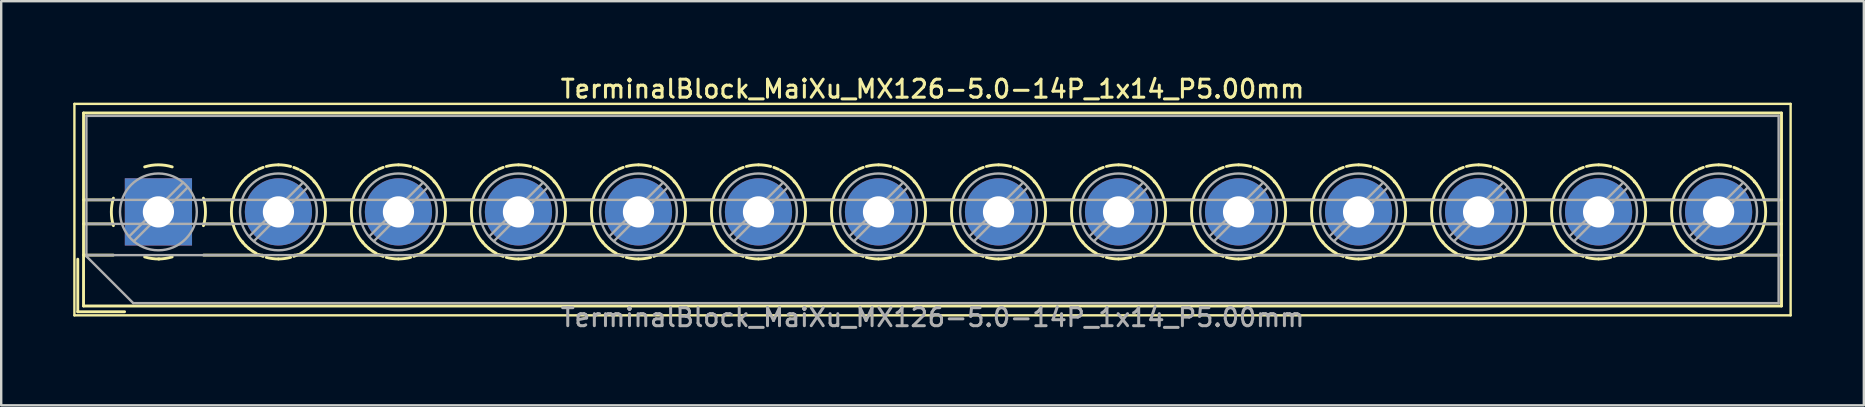
<source format=kicad_pcb>
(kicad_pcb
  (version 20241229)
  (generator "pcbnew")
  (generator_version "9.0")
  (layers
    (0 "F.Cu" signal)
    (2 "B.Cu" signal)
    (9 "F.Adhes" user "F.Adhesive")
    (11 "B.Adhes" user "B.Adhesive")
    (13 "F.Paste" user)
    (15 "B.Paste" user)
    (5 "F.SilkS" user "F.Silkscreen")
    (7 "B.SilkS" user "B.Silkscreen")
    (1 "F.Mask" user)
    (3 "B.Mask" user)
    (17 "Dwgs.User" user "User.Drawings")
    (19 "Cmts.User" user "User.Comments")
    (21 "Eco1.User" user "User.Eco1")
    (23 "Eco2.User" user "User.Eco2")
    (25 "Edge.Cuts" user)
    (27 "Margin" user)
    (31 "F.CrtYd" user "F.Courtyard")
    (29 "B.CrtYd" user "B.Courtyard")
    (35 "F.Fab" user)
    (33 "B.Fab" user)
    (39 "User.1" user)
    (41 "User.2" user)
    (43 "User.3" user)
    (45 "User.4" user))
  (footprint "TerminalBlock_MaiXu_MX126-5.0-14P_1x14_P5.00mm"
    (layer "F.Cu")
    (at 3.55 5.778)
    (property "Reference" "TerminalBlock_MaiXu_MX126-5.0-14P_1x14_P5.00mm" (at 32.25 -5.12 0) (layer "F.SilkS") (effects (font (size 0.75 0.75) (thickness 0.125))))
    (attr through_hole)
    (fp_line (start -3.5 -4.5) (end -3.5 4.31) (stroke (width 0.1) (type solid)) (layer "F.SilkS"))
    (fp_line (start -3.5 4.31) (end 68 4.31) (stroke (width 0.1) (type solid)) (layer "F.SilkS"))
    (fp_line (start -3.36 1.97) (end -3.36 4.16) (stroke (width 0.12) (type solid)) (layer "F.SilkS"))
    (fp_line (start -3.36 4.16) (end -1.41 4.16) (stroke (width 0.12) (type solid)) (layer "F.SilkS"))
    (fp_line (start -3.12 -4.12) (end -3.12 3.92) (stroke (width 0.12) (type solid)) (layer "F.SilkS"))
    (fp_line (start -3.12 -4.12) (end 67.62 -4.12) (stroke (width 0.12) (type solid)) (layer "F.SilkS"))
    (fp_line (start -3.12 -0.5) (end -1.88 -0.5) (stroke (width 0.12) (type solid)) (layer "F.SilkS"))
    (fp_line (start -3.12 0.5) (end -1.88 0.5) (stroke (width 0.12) (type solid)) (layer "F.SilkS"))
    (fp_line (start -3.12 1.8) (end -1.88 1.8) (stroke (width 0.12) (type solid)) (layer "F.SilkS"))
    (fp_line (start -3.12 3.92) (end 67.62 3.92) (stroke (width 0.12) (type solid)) (layer "F.SilkS"))
    (fp_line (start 1.88 -0.5) (end 3.165 -0.5) (stroke (width 0.12) (type solid)) (layer "F.SilkS"))
    (fp_line (start 1.88 0.5) (end 3.165 0.5) (stroke (width 0.12) (type solid)) (layer "F.SilkS"))
    (fp_line (start 1.88 1.8) (end 4.331 1.8) (stroke (width 0.12) (type solid)) (layer "F.SilkS"))
    (fp_line (start 3.514 1.248) (end 3.514 1.248) (stroke (width 0.12) (type solid)) (layer "F.SilkS"))
    (fp_line (start 5.67 1.8) (end 9.331 1.8) (stroke (width 0.12) (type solid)) (layer "F.SilkS"))
    (fp_line (start 6.487 -1.248) (end 6.487 -1.248) (stroke (width 0.12) (type solid)) (layer "F.SilkS"))
    (fp_line (start 6.836 -0.5) (end 8.165 -0.5) (stroke (width 0.12) (type solid)) (layer "F.SilkS"))
    (fp_line (start 6.836 0.5) (end 8.165 0.5) (stroke (width 0.12) (type solid)) (layer "F.SilkS"))
    (fp_line (start 8.514 1.248) (end 8.514 1.248) (stroke (width 0.12) (type solid)) (layer "F.SilkS"))
    (fp_line (start 10.67 1.8) (end 14.331 1.8) (stroke (width 0.12) (type solid)) (layer "F.SilkS"))
    (fp_line (start 11.487 -1.248) (end 11.487 -1.248) (stroke (width 0.12) (type solid)) (layer "F.SilkS"))
    (fp_line (start 11.836 -0.5) (end 13.165 -0.5) (stroke (width 0.12) (type solid)) (layer "F.SilkS"))
    (fp_line (start 11.836 0.5) (end 13.165 0.5) (stroke (width 0.12) (type solid)) (layer "F.SilkS"))
    (fp_line (start 13.514 1.248) (end 13.514 1.248) (stroke (width 0.12) (type solid)) (layer "F.SilkS"))
    (fp_line (start 15.67 1.8) (end 19.331 1.8) (stroke (width 0.12) (type solid)) (layer "F.SilkS"))
    (fp_line (start 16.487 -1.248) (end 16.487 -1.248) (stroke (width 0.12) (type solid)) (layer "F.SilkS"))
    (fp_line (start 16.836 -0.5) (end 18.165 -0.5) (stroke (width 0.12) (type solid)) (layer "F.SilkS"))
    (fp_line (start 16.836 0.5) (end 18.165 0.5) (stroke (width 0.12) (type solid)) (layer "F.SilkS"))
    (fp_line (start 18.514 1.248) (end 18.514 1.248) (stroke (width 0.12) (type solid)) (layer "F.SilkS"))
    (fp_line (start 20.67 1.8) (end 24.331 1.8) (stroke (width 0.12) (type solid)) (layer "F.SilkS"))
    (fp_line (start 21.487 -1.248) (end 21.487 -1.248) (stroke (width 0.12) (type solid)) (layer "F.SilkS"))
    (fp_line (start 21.836 -0.5) (end 23.165 -0.5) (stroke (width 0.12) (type solid)) (layer "F.SilkS"))
    (fp_line (start 21.836 0.5) (end 23.165 0.5) (stroke (width 0.12) (type solid)) (layer "F.SilkS"))
    (fp_line (start 23.514 1.248) (end 23.514 1.248) (stroke (width 0.12) (type solid)) (layer "F.SilkS"))
    (fp_line (start 25.67 1.8) (end 29.331 1.8) (stroke (width 0.12) (type solid)) (layer "F.SilkS"))
    (fp_line (start 26.487 -1.248) (end 26.487 -1.248) (stroke (width 0.12) (type solid)) (layer "F.SilkS"))
    (fp_line (start 26.836 -0.5) (end 28.165 -0.5) (stroke (width 0.12) (type solid)) (layer "F.SilkS"))
    (fp_line (start 26.836 0.5) (end 28.165 0.5) (stroke (width 0.12) (type solid)) (layer "F.SilkS"))
    (fp_line (start 28.514 1.248) (end 28.514 1.248) (stroke (width 0.12) (type solid)) (layer "F.SilkS"))
    (fp_line (start 30.67 1.8) (end 34.331 1.8) (stroke (width 0.12) (type solid)) (layer "F.SilkS"))
    (fp_line (start 31.487 -1.248) (end 31.487 -1.248) (stroke (width 0.12) (type solid)) (layer "F.SilkS"))
    (fp_line (start 31.836 -0.5) (end 33.165 -0.5) (stroke (width 0.12) (type solid)) (layer "F.SilkS"))
    (fp_line (start 31.836 0.5) (end 33.165 0.5) (stroke (width 0.12) (type solid)) (layer "F.SilkS"))
    (fp_line (start 33.514 1.248) (end 33.514 1.248) (stroke (width 0.12) (type solid)) (layer "F.SilkS"))
    (fp_line (start 35.67 1.8) (end 39.331 1.8) (stroke (width 0.12) (type solid)) (layer "F.SilkS"))
    (fp_line (start 36.487 -1.248) (end 36.487 -1.248) (stroke (width 0.12) (type solid)) (layer "F.SilkS"))
    (fp_line (start 36.836 -0.5) (end 38.165 -0.5) (stroke (width 0.12) (type solid)) (layer "F.SilkS"))
    (fp_line (start 36.836 0.5) (end 38.165 0.5) (stroke (width 0.12) (type solid)) (layer "F.SilkS"))
    (fp_line (start 38.514 1.248) (end 38.514 1.248) (stroke (width 0.12) (type solid)) (layer "F.SilkS"))
    (fp_line (start 40.67 1.8) (end 44.331 1.8) (stroke (width 0.12) (type solid)) (layer "F.SilkS"))
    (fp_line (start 41.487 -1.248) (end 41.487 -1.248) (stroke (width 0.12) (type solid)) (layer "F.SilkS"))
    (fp_line (start 41.836 -0.5) (end 43.165 -0.5) (stroke (width 0.12) (type solid)) (layer "F.SilkS"))
    (fp_line (start 41.836 0.5) (end 43.165 0.5) (stroke (width 0.12) (type solid)) (layer "F.SilkS"))
    (fp_line (start 43.514 1.248) (end 43.514 1.248) (stroke (width 0.12) (type solid)) (layer "F.SilkS"))
    (fp_line (start 45.67 1.8) (end 49.331 1.8) (stroke (width 0.12) (type solid)) (layer "F.SilkS"))
    (fp_line (start 46.487 -1.248) (end 46.487 -1.248) (stroke (width 0.12) (type solid)) (layer "F.SilkS"))
    (fp_line (start 46.836 -0.5) (end 48.165 -0.5) (stroke (width 0.12) (type solid)) (layer "F.SilkS"))
    (fp_line (start 46.836 0.5) (end 48.165 0.5) (stroke (width 0.12) (type solid)) (layer "F.SilkS"))
    (fp_line (start 48.514 1.248) (end 48.514 1.248) (stroke (width 0.12) (type solid)) (layer "F.SilkS"))
    (fp_line (start 50.67 1.8) (end 54.331 1.8) (stroke (width 0.12) (type solid)) (layer "F.SilkS"))
    (fp_line (start 51.487 -1.248) (end 51.487 -1.248) (stroke (width 0.12) (type solid)) (layer "F.SilkS"))
    (fp_line (start 51.836 -0.5) (end 53.165 -0.5) (stroke (width 0.12) (type solid)) (layer "F.SilkS"))
    (fp_line (start 51.836 0.5) (end 53.165 0.5) (stroke (width 0.12) (type solid)) (layer "F.SilkS"))
    (fp_line (start 53.514 1.248) (end 53.514 1.248) (stroke (width 0.12) (type solid)) (layer "F.SilkS"))
    (fp_line (start 55.67 1.8) (end 59.331 1.8) (stroke (width 0.12) (type solid)) (layer "F.SilkS"))
    (fp_line (start 56.487 -1.248) (end 56.487 -1.248) (stroke (width 0.12) (type solid)) (layer "F.SilkS"))
    (fp_line (start 56.836 -0.5) (end 58.165 -0.5) (stroke (width 0.12) (type solid)) (layer "F.SilkS"))
    (fp_line (start 56.836 0.5) (end 58.165 0.5) (stroke (width 0.12) (type solid)) (layer "F.SilkS"))
    (fp_line (start 58.514 1.248) (end 58.514 1.248) (stroke (width 0.12) (type solid)) (layer "F.SilkS"))
    (fp_line (start 60.67 1.8) (end 64.331 1.8) (stroke (width 0.12) (type solid)) (layer "F.SilkS"))
    (fp_line (start 61.487 -1.248) (end 61.487 -1.248) (stroke (width 0.12) (type solid)) (layer "F.SilkS"))
    (fp_line (start 61.836 -0.5) (end 63.165 -0.5) (stroke (width 0.12) (type solid)) (layer "F.SilkS"))
    (fp_line (start 61.836 0.5) (end 63.165 0.5) (stroke (width 0.12) (type solid)) (layer "F.SilkS"))
    (fp_line (start 63.514 1.248) (end 63.514 1.248) (stroke (width 0.12) (type solid)) (layer "F.SilkS"))
    (fp_line (start 65.67 1.8) (end 67.62 1.8) (stroke (width 0.12) (type solid)) (layer "F.SilkS"))
    (fp_line (start 66.487 -1.248) (end 66.487 -1.248) (stroke (width 0.12) (type solid)) (layer "F.SilkS"))
    (fp_line (start 66.836 -0.5) (end 67.62 -0.5) (stroke (width 0.12) (type solid)) (layer "F.SilkS"))
    (fp_line (start 66.836 0.5) (end 67.62 0.5) (stroke (width 0.12) (type solid)) (layer "F.SilkS"))
    (fp_line (start 67.62 -4.12) (end 67.62 3.92) (stroke (width 0.12) (type solid)) (layer "F.SilkS"))
    (fp_line (start 68 -4.5) (end -3.5 -4.5) (stroke (width 0.1) (type solid)) (layer "F.SilkS"))
    (fp_line (start 68 4.31) (end 68 -4.5) (stroke (width 0.1) (type solid)) (layer "F.SilkS"))
    (fp_arc (start -1.875422 0.572619) (mid -1.960893 -0.000722) (end -1.875 -0.574) (stroke (width 0.12) (type solid)) (layer "F.SilkS"))
    (fp_arc (start -0.572619 -1.875422) (mid 0.000722 -1.960893) (end 0.574 -1.875) (stroke (width 0.12) (type solid)) (layer "F.SilkS"))
    (fp_arc (start 0.0335 1.960607) (mid -0.273618 1.941709) (end -0.574 1.875) (stroke (width 0.12) (type solid)) (layer "F.SilkS"))
    (fp_arc (start 0.573049 1.874357) (mid 0.289706 1.938471) (end 0 1.96) (stroke (width 0.12) (type solid)) (layer "F.SilkS"))
    (fp_arc (start 1.875422 -0.572619) (mid 1.960893 0.000722) (end 1.875 0.574) (stroke (width 0.12) (type solid)) (layer "F.SilkS"))
    (fp_arc (start 3.434339 1.179122) (mid 3.039994 -0.000549) (end 3.435 -1.18) (stroke (width 0.12) (type solid)) (layer "F.SilkS"))
    (fp_arc (start 3.434826 -1.180695) (mid 3.476985 -1.2346) (end 3.521 -1.287) (stroke (width 0.12) (type solid)) (layer "F.SilkS"))
    (fp_arc (start 3.521125 1.286294) (mid 3.477135 1.233899) (end 3.435 1.18) (stroke (width 0.12) (type solid)) (layer "F.SilkS"))
    (fp_arc (start 3.521202 -1.287012) (mid 3.578748 -1.350291) (end 3.639 -1.411) (stroke (width 0.12) (type solid)) (layer "F.SilkS"))
    (fp_arc (start 3.63871 1.41001) (mid 3.578502 1.349289) (end 3.521 1.286) (stroke (width 0.12) (type solid)) (layer "F.SilkS"))
    (fp_arc (start 3.638867 -1.410738) (mid 3.701698 -1.468767) (end 3.767 -1.524) (stroke (width 0.12) (type solid)) (layer "F.SilkS"))
    (fp_arc (start 3.767069 1.523253) (mid 3.701799 1.468024) (end 3.639 1.41) (stroke (width 0.12) (type solid)) (layer "F.SilkS"))
    (fp_arc (start 3.767452 -1.524377) (mid 3.835117 -1.576689) (end 3.905 -1.626) (stroke (width 0.12) (type solid)) (layer "F.SilkS"))
    (fp_arc (start 3.904517 1.625664) (mid 3.834649 1.576332) (end 3.767 1.524) (stroke (width 0.12) (type solid)) (layer "F.SilkS"))
    (fp_arc (start 3.93363 -1.644317) (mid 4.00637 -1.689266) (end 4.081 -1.731) (stroke (width 0.12) (type solid)) (layer "F.SilkS"))
    (fp_arc (start 4.080344 1.730739) (mid 4.005726 1.688977) (end 3.933 1.644) (stroke (width 0.12) (type solid)) (layer "F.SilkS"))
    (fp_arc (start 4.172694 -1.777259) (mid 4.266842 -1.818121) (end 4.363 -1.854) (stroke (width 0.12) (type solid)) (layer "F.SilkS"))
    (fp_arc (start 4.362283 1.853815) (mid 4.266136 1.817899) (end 4.172 1.777) (stroke (width 0.12) (type solid)) (layer "F.SilkS"))
    (fp_arc (start 4.493681 -1.893473) (mid 4.74516 -1.943362) (end 5.001 -1.96) (stroke (width 0.12) (type solid)) (layer "F.SilkS"))
    (fp_arc (start 5.000479 1.960685) (mid 4.744554 1.943973) (end 4.493 1.894) (stroke (width 0.12) (type solid)) (layer "F.SilkS"))
    (fp_arc (start 5.000487 -1.960944) (mid 5.256437 -1.944104) (end 5.508 -1.894) (stroke (width 0.12) (type solid)) (layer "F.SilkS"))
    (fp_arc (start 5.507285 1.893215) (mid 5.255831 1.943232) (end 5 1.96) (stroke (width 0.12) (type solid)) (layer "F.SilkS"))
    (fp_arc (start 5.638712 -1.85392) (mid 5.734863 -1.817951) (end 5.829 -1.777) (stroke (width 0.12) (type solid)) (layer "F.SilkS"))
    (fp_arc (start 5.829295 1.77705) (mid 5.735155 1.818016) (end 5.639 1.854) (stroke (width 0.12) (type solid)) (layer "F.SilkS"))
    (fp_arc (start 5.920652 -1.730826) (mid 5.995273 -1.689021) (end 6.068 -1.644) (stroke (width 0.12) (type solid)) (layer "F.SilkS"))
    (fp_arc (start 6.068362 1.644143) (mid 5.995629 1.689179) (end 5.921 1.731) (stroke (width 0.12) (type solid)) (layer "F.SilkS"))
    (fp_arc (start 6.096479 -1.625751) (mid 6.16635 -1.576376) (end 6.234 -1.524) (stroke (width 0.12) (type solid)) (layer "F.SilkS"))
    (fp_arc (start 6.233457 1.523294) (mid 6.165838 1.575647) (end 6.096 1.625) (stroke (width 0.12) (type solid)) (layer "F.SilkS"))
    (fp_arc (start 6.233928 -1.523341) (mid 6.2992 -1.468068) (end 6.362 -1.41) (stroke (width 0.12) (type solid)) (layer "F.SilkS"))
    (fp_arc (start 6.36213 1.410651) (mid 6.299301 1.468723) (end 6.234 1.524) (stroke (width 0.12) (type solid)) (layer "F.SilkS"))
    (fp_arc (start 6.362286 -1.410097) (mid 6.422497 -1.349333) (end 6.48 -1.286) (stroke (width 0.12) (type solid)) (layer "F.SilkS"))
    (fp_arc (start 6.479707 1.285928) (mid 6.422207 1.349248) (end 6.362 1.41) (stroke (width 0.12) (type solid)) (layer "F.SilkS"))
    (fp_arc (start 6.479873 -1.286364) (mid 6.523865 -1.233934) (end 6.566 -1.18) (stroke (width 0.12) (type solid)) (layer "F.SilkS"))
    (fp_arc (start 6.565937 -1.180084) (mid 6.960805 -0.000052) (end 6.566 1.18) (stroke (width 0.12) (type solid)) (layer "F.SilkS"))
    (fp_arc (start 6.566102 1.179628) (mid 6.523979 1.233565) (end 6.48 1.286) (stroke (width 0.12) (type solid)) (layer "F.SilkS"))
    (fp_arc (start 8.434339 1.179122) (mid 8.039994 -0.000549) (end 8.435 -1.18) (stroke (width 0.12) (type solid)) (layer "F.SilkS"))
    (fp_arc (start 8.434826 -1.180695) (mid 8.476985 -1.2346) (end 8.521 -1.287) (stroke (width 0.12) (type solid)) (layer "F.SilkS"))
    (fp_arc (start 8.521125 1.286294) (mid 8.477135 1.233899) (end 8.435 1.18) (stroke (width 0.12) (type solid)) (layer "F.SilkS"))
    (fp_arc (start 8.521202 -1.287012) (mid 8.578748 -1.350291) (end 8.639 -1.411) (stroke (width 0.12) (type solid)) (layer "F.SilkS"))
    (fp_arc (start 8.63871 1.41001) (mid 8.578502 1.349289) (end 8.521 1.286) (stroke (width 0.12) (type solid)) (layer "F.SilkS"))
    (fp_arc (start 8.638867 -1.410738) (mid 8.701698 -1.468767) (end 8.767 -1.524) (stroke (width 0.12) (type solid)) (layer "F.SilkS"))
    (fp_arc (start 8.767069 1.523253) (mid 8.701799 1.468024) (end 8.639 1.41) (stroke (width 0.12) (type solid)) (layer "F.SilkS"))
    (fp_arc (start 8.767452 -1.524377) (mid 8.835117 -1.576689) (end 8.905 -1.626) (stroke (width 0.12) (type solid)) (layer "F.SilkS"))
    (fp_arc (start 8.904517 1.625664) (mid 8.834649 1.576332) (end 8.767 1.524) (stroke (width 0.12) (type solid)) (layer "F.SilkS"))
    (fp_arc (start 8.93363 -1.644317) (mid 9.00637 -1.689266) (end 9.081 -1.731) (stroke (width 0.12) (type solid)) (layer "F.SilkS"))
    (fp_arc (start 9.080344 1.730739) (mid 9.005726 1.688977) (end 8.933 1.644) (stroke (width 0.12) (type solid)) (layer "F.SilkS"))
    (fp_arc (start 9.172694 -1.777259) (mid 9.266842 -1.818121) (end 9.363 -1.854) (stroke (width 0.12) (type solid)) (layer "F.SilkS"))
    (fp_arc (start 9.362283 1.853815) (mid 9.266136 1.817899) (end 9.172 1.777) (stroke (width 0.12) (type solid)) (layer "F.SilkS"))
    (fp_arc (start 9.493681 -1.893473) (mid 9.74516 -1.943362) (end 10.001 -1.96) (stroke (width 0.12) (type solid)) (layer "F.SilkS"))
    (fp_arc (start 10.000479 1.960685) (mid 9.744554 1.943973) (end 9.493 1.894) (stroke (width 0.12) (type solid)) (layer "F.SilkS"))
    (fp_arc (start 10.000487 -1.960944) (mid 10.256437 -1.944104) (end 10.508 -1.894) (stroke (width 0.12) (type solid)) (layer "F.SilkS"))
    (fp_arc (start 10.507285 1.893215) (mid 10.255831 1.943232) (end 10 1.96) (stroke (width 0.12) (type solid)) (layer "F.SilkS"))
    (fp_arc (start 10.638712 -1.85392) (mid 10.734863 -1.817951) (end 10.829 -1.777) (stroke (width 0.12) (type solid)) (layer "F.SilkS"))
    (fp_arc (start 10.829295 1.77705) (mid 10.735155 1.818016) (end 10.639 1.854) (stroke (width 0.12) (type solid)) (layer "F.SilkS"))
    (fp_arc (start 10.920652 -1.730826) (mid 10.995273 -1.689021) (end 11.068 -1.644) (stroke (width 0.12) (type solid)) (layer "F.SilkS"))
    (fp_arc (start 11.068362 1.644143) (mid 10.995629 1.689179) (end 10.921 1.731) (stroke (width 0.12) (type solid)) (layer "F.SilkS"))
    (fp_arc (start 11.096479 -1.625751) (mid 11.16635 -1.576376) (end 11.234 -1.524) (stroke (width 0.12) (type solid)) (layer "F.SilkS"))
    (fp_arc (start 11.233457 1.523294) (mid 11.165838 1.575647) (end 11.096 1.625) (stroke (width 0.12) (type solid)) (layer "F.SilkS"))
    (fp_arc (start 11.233928 -1.523341) (mid 11.2992 -1.468068) (end 11.362 -1.41) (stroke (width 0.12) (type solid)) (layer "F.SilkS"))
    (fp_arc (start 11.36213 1.410651) (mid 11.299301 1.468723) (end 11.234 1.524) (stroke (width 0.12) (type solid)) (layer "F.SilkS"))
    (fp_arc (start 11.362286 -1.410097) (mid 11.422497 -1.349333) (end 11.48 -1.286) (stroke (width 0.12) (type solid)) (layer "F.SilkS"))
    (fp_arc (start 11.479707 1.285928) (mid 11.422207 1.349248) (end 11.362 1.41) (stroke (width 0.12) (type solid)) (layer "F.SilkS"))
    (fp_arc (start 11.479873 -1.286364) (mid 11.523865 -1.233934) (end 11.566 -1.18) (stroke (width 0.12) (type solid)) (layer "F.SilkS"))
    (fp_arc (start 11.565937 -1.180084) (mid 11.960805 -0.000052) (end 11.566 1.18) (stroke (width 0.12) (type solid)) (layer "F.SilkS"))
    (fp_arc (start 11.566102 1.179628) (mid 11.523979 1.233565) (end 11.48 1.286) (stroke (width 0.12) (type solid)) (layer "F.SilkS"))
    (fp_arc (start 13.434339 1.179122) (mid 13.039994 -0.000549) (end 13.435 -1.18) (stroke (width 0.12) (type solid)) (layer "F.SilkS"))
    (fp_arc (start 13.434826 -1.180695) (mid 13.476985 -1.2346) (end 13.521 -1.287) (stroke (width 0.12) (type solid)) (layer "F.SilkS"))
    (fp_arc (start 13.521125 1.286294) (mid 13.477135 1.233899) (end 13.435 1.18) (stroke (width 0.12) (type solid)) (layer "F.SilkS"))
    (fp_arc (start 13.521202 -1.287012) (mid 13.578748 -1.350291) (end 13.639 -1.411) (stroke (width 0.12) (type solid)) (layer "F.SilkS"))
    (fp_arc (start 13.63871 1.41001) (mid 13.578502 1.349289) (end 13.521 1.286) (stroke (width 0.12) (type solid)) (layer "F.SilkS"))
    (fp_arc (start 13.638867 -1.410738) (mid 13.701698 -1.468767) (end 13.767 -1.524) (stroke (width 0.12) (type solid)) (layer "F.SilkS"))
    (fp_arc (start 13.767069 1.523253) (mid 13.701799 1.468024) (end 13.639 1.41) (stroke (width 0.12) (type solid)) (layer "F.SilkS"))
    (fp_arc (start 13.767452 -1.524377) (mid 13.835117 -1.576689) (end 13.905 -1.626) (stroke (width 0.12) (type solid)) (layer "F.SilkS"))
    (fp_arc (start 13.904517 1.625664) (mid 13.834649 1.576332) (end 13.767 1.524) (stroke (width 0.12) (type solid)) (layer "F.SilkS"))
    (fp_arc (start 13.93363 -1.644317) (mid 14.00637 -1.689266) (end 14.081 -1.731) (stroke (width 0.12) (type solid)) (layer "F.SilkS"))
    (fp_arc (start 14.080344 1.730739) (mid 14.005726 1.688977) (end 13.933 1.644) (stroke (width 0.12) (type solid)) (layer "F.SilkS"))
    (fp_arc (start 14.172694 -1.777259) (mid 14.266842 -1.818121) (end 14.363 -1.854) (stroke (width 0.12) (type solid)) (layer "F.SilkS"))
    (fp_arc (start 14.362283 1.853815) (mid 14.266136 1.817899) (end 14.172 1.777) (stroke (width 0.12) (type solid)) (layer "F.SilkS"))
    (fp_arc (start 14.493681 -1.893473) (mid 14.74516 -1.943362) (end 15.001 -1.96) (stroke (width 0.12) (type solid)) (layer "F.SilkS"))
    (fp_arc (start 15.000479 1.960685) (mid 14.744554 1.943973) (end 14.493 1.894) (stroke (width 0.12) (type solid)) (layer "F.SilkS"))
    (fp_arc (start 15.000487 -1.960944) (mid 15.256437 -1.944104) (end 15.508 -1.894) (stroke (width 0.12) (type solid)) (layer "F.SilkS"))
    (fp_arc (start 15.507285 1.893215) (mid 15.255831 1.943232) (end 15 1.96) (stroke (width 0.12) (type solid)) (layer "F.SilkS"))
    (fp_arc (start 15.638712 -1.85392) (mid 15.734863 -1.817951) (end 15.829 -1.777) (stroke (width 0.12) (type solid)) (layer "F.SilkS"))
    (fp_arc (start 15.829295 1.77705) (mid 15.735155 1.818016) (end 15.639 1.854) (stroke (width 0.12) (type solid)) (layer "F.SilkS"))
    (fp_arc (start 15.920652 -1.730826) (mid 15.995273 -1.689021) (end 16.068 -1.644) (stroke (width 0.12) (type solid)) (layer "F.SilkS"))
    (fp_arc (start 16.068362 1.644143) (mid 15.995629 1.689179) (end 15.921 1.731) (stroke (width 0.12) (type solid)) (layer "F.SilkS"))
    (fp_arc (start 16.096479 -1.625751) (mid 16.16635 -1.576376) (end 16.234 -1.524) (stroke (width 0.12) (type solid)) (layer "F.SilkS"))
    (fp_arc (start 16.233457 1.523294) (mid 16.165838 1.575647) (end 16.096 1.625) (stroke (width 0.12) (type solid)) (layer "F.SilkS"))
    (fp_arc (start 16.233928 -1.523341) (mid 16.2992 -1.468068) (end 16.362 -1.41) (stroke (width 0.12) (type solid)) (layer "F.SilkS"))
    (fp_arc (start 16.36213 1.410651) (mid 16.299301 1.468723) (end 16.234 1.524) (stroke (width 0.12) (type solid)) (layer "F.SilkS"))
    (fp_arc (start 16.362286 -1.410097) (mid 16.422497 -1.349333) (end 16.48 -1.286) (stroke (width 0.12) (type solid)) (layer "F.SilkS"))
    (fp_arc (start 16.479707 1.285928) (mid 16.422207 1.349248) (end 16.362 1.41) (stroke (width 0.12) (type solid)) (layer "F.SilkS"))
    (fp_arc (start 16.479873 -1.286364) (mid 16.523865 -1.233934) (end 16.566 -1.18) (stroke (width 0.12) (type solid)) (layer "F.SilkS"))
    (fp_arc (start 16.565937 -1.180084) (mid 16.960805 -0.000052) (end 16.566 1.18) (stroke (width 0.12) (type solid)) (layer "F.SilkS"))
    (fp_arc (start 16.566102 1.179628) (mid 16.523979 1.233565) (end 16.48 1.286) (stroke (width 0.12) (type solid)) (layer "F.SilkS"))
    (fp_arc (start 18.434339 1.179122) (mid 18.039994 -0.000549) (end 18.435 -1.18) (stroke (width 0.12) (type solid)) (layer "F.SilkS"))
    (fp_arc (start 18.434826 -1.180695) (mid 18.476985 -1.2346) (end 18.521 -1.287) (stroke (width 0.12) (type solid)) (layer "F.SilkS"))
    (fp_arc (start 18.521125 1.286294) (mid 18.477135 1.233899) (end 18.435 1.18) (stroke (width 0.12) (type solid)) (layer "F.SilkS"))
    (fp_arc (start 18.521202 -1.287012) (mid 18.578748 -1.350291) (end 18.639 -1.411) (stroke (width 0.12) (type solid)) (layer "F.SilkS"))
    (fp_arc (start 18.63871 1.41001) (mid 18.578502 1.349289) (end 18.521 1.286) (stroke (width 0.12) (type solid)) (layer "F.SilkS"))
    (fp_arc (start 18.638867 -1.410738) (mid 18.701698 -1.468767) (end 18.767 -1.524) (stroke (width 0.12) (type solid)) (layer "F.SilkS"))
    (fp_arc (start 18.767069 1.523253) (mid 18.701799 1.468024) (end 18.639 1.41) (stroke (width 0.12) (type solid)) (layer "F.SilkS"))
    (fp_arc (start 18.767452 -1.524377) (mid 18.835117 -1.576689) (end 18.905 -1.626) (stroke (width 0.12) (type solid)) (layer "F.SilkS"))
    (fp_arc (start 18.904517 1.625664) (mid 18.834649 1.576332) (end 18.767 1.524) (stroke (width 0.12) (type solid)) (layer "F.SilkS"))
    (fp_arc (start 18.93363 -1.644317) (mid 19.00637 -1.689266) (end 19.081 -1.731) (stroke (width 0.12) (type solid)) (layer "F.SilkS"))
    (fp_arc (start 19.080344 1.730739) (mid 19.005726 1.688977) (end 18.933 1.644) (stroke (width 0.12) (type solid)) (layer "F.SilkS"))
    (fp_arc (start 19.172694 -1.777259) (mid 19.266842 -1.818121) (end 19.363 -1.854) (stroke (width 0.12) (type solid)) (layer "F.SilkS"))
    (fp_arc (start 19.362283 1.853815) (mid 19.266136 1.817899) (end 19.172 1.777) (stroke (width 0.12) (type solid)) (layer "F.SilkS"))
    (fp_arc (start 19.493681 -1.893473) (mid 19.74516 -1.943362) (end 20.001 -1.96) (stroke (width 0.12) (type solid)) (layer "F.SilkS"))
    (fp_arc (start 20.000479 1.960685) (mid 19.744554 1.943973) (end 19.493 1.894) (stroke (width 0.12) (type solid)) (layer "F.SilkS"))
    (fp_arc (start 20.000487 -1.960944) (mid 20.256437 -1.944104) (end 20.508 -1.894) (stroke (width 0.12) (type solid)) (layer "F.SilkS"))
    (fp_arc (start 20.507285 1.893215) (mid 20.255831 1.943232) (end 20 1.96) (stroke (width 0.12) (type solid)) (layer "F.SilkS"))
    (fp_arc (start 20.638712 -1.85392) (mid 20.734863 -1.817951) (end 20.829 -1.777) (stroke (width 0.12) (type solid)) (layer "F.SilkS"))
    (fp_arc (start 20.829295 1.77705) (mid 20.735155 1.818016) (end 20.639 1.854) (stroke (width 0.12) (type solid)) (layer "F.SilkS"))
    (fp_arc (start 20.920652 -1.730826) (mid 20.995273 -1.689021) (end 21.068 -1.644) (stroke (width 0.12) (type solid)) (layer "F.SilkS"))
    (fp_arc (start 21.068362 1.644143) (mid 20.995629 1.689179) (end 20.921 1.731) (stroke (width 0.12) (type solid)) (layer "F.SilkS"))
    (fp_arc (start 21.096479 -1.625751) (mid 21.16635 -1.576376) (end 21.234 -1.524) (stroke (width 0.12) (type solid)) (layer "F.SilkS"))
    (fp_arc (start 21.233457 1.523294) (mid 21.165838 1.575647) (end 21.096 1.625) (stroke (width 0.12) (type solid)) (layer "F.SilkS"))
    (fp_arc (start 21.233928 -1.523341) (mid 21.2992 -1.468068) (end 21.362 -1.41) (stroke (width 0.12) (type solid)) (layer "F.SilkS"))
    (fp_arc (start 21.36213 1.410651) (mid 21.299301 1.468723) (end 21.234 1.524) (stroke (width 0.12) (type solid)) (layer "F.SilkS"))
    (fp_arc (start 21.362286 -1.410097) (mid 21.422497 -1.349333) (end 21.48 -1.286) (stroke (width 0.12) (type solid)) (layer "F.SilkS"))
    (fp_arc (start 21.479707 1.285928) (mid 21.422207 1.349248) (end 21.362 1.41) (stroke (width 0.12) (type solid)) (layer "F.SilkS"))
    (fp_arc (start 21.479873 -1.286364) (mid 21.523865 -1.233934) (end 21.566 -1.18) (stroke (width 0.12) (type solid)) (layer "F.SilkS"))
    (fp_arc (start 21.565937 -1.180084) (mid 21.960805 -0.000052) (end 21.566 1.18) (stroke (width 0.12) (type solid)) (layer "F.SilkS"))
    (fp_arc (start 21.566102 1.179628) (mid 21.523979 1.233565) (end 21.48 1.286) (stroke (width 0.12) (type solid)) (layer "F.SilkS"))
    (fp_arc (start 23.434339 1.179122) (mid 23.039994 -0.000549) (end 23.435 -1.18) (stroke (width 0.12) (type solid)) (layer "F.SilkS"))
    (fp_arc (start 23.434826 -1.180695) (mid 23.476985 -1.2346) (end 23.521 -1.287) (stroke (width 0.12) (type solid)) (layer "F.SilkS"))
    (fp_arc (start 23.521125 1.286294) (mid 23.477135 1.233899) (end 23.435 1.18) (stroke (width 0.12) (type solid)) (layer "F.SilkS"))
    (fp_arc (start 23.521202 -1.287012) (mid 23.578748 -1.350291) (end 23.639 -1.411) (stroke (width 0.12) (type solid)) (layer "F.SilkS"))
    (fp_arc (start 23.63871 1.41001) (mid 23.578502 1.349289) (end 23.521 1.286) (stroke (width 0.12) (type solid)) (layer "F.SilkS"))
    (fp_arc (start 23.638867 -1.410738) (mid 23.701698 -1.468767) (end 23.767 -1.524) (stroke (width 0.12) (type solid)) (layer "F.SilkS"))
    (fp_arc (start 23.767069 1.523253) (mid 23.701799 1.468024) (end 23.639 1.41) (stroke (width 0.12) (type solid)) (layer "F.SilkS"))
    (fp_arc (start 23.767452 -1.524377) (mid 23.835117 -1.576689) (end 23.905 -1.626) (stroke (width 0.12) (type solid)) (layer "F.SilkS"))
    (fp_arc (start 23.904517 1.625664) (mid 23.834649 1.576332) (end 23.767 1.524) (stroke (width 0.12) (type solid)) (layer "F.SilkS"))
    (fp_arc (start 23.93363 -1.644317) (mid 24.00637 -1.689266) (end 24.081 -1.731) (stroke (width 0.12) (type solid)) (layer "F.SilkS"))
    (fp_arc (start 24.080344 1.730739) (mid 24.005726 1.688977) (end 23.933 1.644) (stroke (width 0.12) (type solid)) (layer "F.SilkS"))
    (fp_arc (start 24.172694 -1.777259) (mid 24.266842 -1.818121) (end 24.363 -1.854) (stroke (width 0.12) (type solid)) (layer "F.SilkS"))
    (fp_arc (start 24.362283 1.853815) (mid 24.266136 1.817899) (end 24.172 1.777) (stroke (width 0.12) (type solid)) (layer "F.SilkS"))
    (fp_arc (start 24.493681 -1.893473) (mid 24.74516 -1.943362) (end 25.001 -1.96) (stroke (width 0.12) (type solid)) (layer "F.SilkS"))
    (fp_arc (start 25.000479 1.960685) (mid 24.744554 1.943973) (end 24.493 1.894) (stroke (width 0.12) (type solid)) (layer "F.SilkS"))
    (fp_arc (start 25.000487 -1.960944) (mid 25.256437 -1.944104) (end 25.508 -1.894) (stroke (width 0.12) (type solid)) (layer "F.SilkS"))
    (fp_arc (start 25.507285 1.893215) (mid 25.255831 1.943232) (end 25 1.96) (stroke (width 0.12) (type solid)) (layer "F.SilkS"))
    (fp_arc (start 25.638712 -1.85392) (mid 25.734863 -1.817951) (end 25.829 -1.777) (stroke (width 0.12) (type solid)) (layer "F.SilkS"))
    (fp_arc (start 25.829295 1.77705) (mid 25.735155 1.818016) (end 25.639 1.854) (stroke (width 0.12) (type solid)) (layer "F.SilkS"))
    (fp_arc (start 25.920652 -1.730826) (mid 25.995273 -1.689021) (end 26.068 -1.644) (stroke (width 0.12) (type solid)) (layer "F.SilkS"))
    (fp_arc (start 26.068362 1.644143) (mid 25.995629 1.689179) (end 25.921 1.731) (stroke (width 0.12) (type solid)) (layer "F.SilkS"))
    (fp_arc (start 26.096479 -1.625751) (mid 26.16635 -1.576376) (end 26.234 -1.524) (stroke (width 0.12) (type solid)) (layer "F.SilkS"))
    (fp_arc (start 26.233457 1.523294) (mid 26.165838 1.575647) (end 26.096 1.625) (stroke (width 0.12) (type solid)) (layer "F.SilkS"))
    (fp_arc (start 26.233928 -1.523341) (mid 26.2992 -1.468068) (end 26.362 -1.41) (stroke (width 0.12) (type solid)) (layer "F.SilkS"))
    (fp_arc (start 26.36213 1.410651) (mid 26.299301 1.468723) (end 26.234 1.524) (stroke (width 0.12) (type solid)) (layer "F.SilkS"))
    (fp_arc (start 26.362286 -1.410097) (mid 26.422497 -1.349333) (end 26.48 -1.286) (stroke (width 0.12) (type solid)) (layer "F.SilkS"))
    (fp_arc (start 26.479707 1.285928) (mid 26.422207 1.349248) (end 26.362 1.41) (stroke (width 0.12) (type solid)) (layer "F.SilkS"))
    (fp_arc (start 26.479873 -1.286364) (mid 26.523865 -1.233934) (end 26.566 -1.18) (stroke (width 0.12) (type solid)) (layer "F.SilkS"))
    (fp_arc (start 26.565937 -1.180084) (mid 26.960805 -0.000052) (end 26.566 1.18) (stroke (width 0.12) (type solid)) (layer "F.SilkS"))
    (fp_arc (start 26.566102 1.179628) (mid 26.523979 1.233565) (end 26.48 1.286) (stroke (width 0.12) (type solid)) (layer "F.SilkS"))
    (fp_arc (start 28.434339 1.179122) (mid 28.039994 -0.000549) (end 28.435 -1.18) (stroke (width 0.12) (type solid)) (layer "F.SilkS"))
    (fp_arc (start 28.434826 -1.180695) (mid 28.476985 -1.2346) (end 28.521 -1.287) (stroke (width 0.12) (type solid)) (layer "F.SilkS"))
    (fp_arc (start 28.521125 1.286294) (mid 28.477135 1.233899) (end 28.435 1.18) (stroke (width 0.12) (type solid)) (layer "F.SilkS"))
    (fp_arc (start 28.521202 -1.287012) (mid 28.578748 -1.350291) (end 28.639 -1.411) (stroke (width 0.12) (type solid)) (layer "F.SilkS"))
    (fp_arc (start 28.63871 1.41001) (mid 28.578502 1.349289) (end 28.521 1.286) (stroke (width 0.12) (type solid)) (layer "F.SilkS"))
    (fp_arc (start 28.638867 -1.410738) (mid 28.701698 -1.468767) (end 28.767 -1.524) (stroke (width 0.12) (type solid)) (layer "F.SilkS"))
    (fp_arc (start 28.767069 1.523253) (mid 28.701799 1.468024) (end 28.639 1.41) (stroke (width 0.12) (type solid)) (layer "F.SilkS"))
    (fp_arc (start 28.767452 -1.524377) (mid 28.835117 -1.576689) (end 28.905 -1.626) (stroke (width 0.12) (type solid)) (layer "F.SilkS"))
    (fp_arc (start 28.904517 1.625664) (mid 28.834649 1.576332) (end 28.767 1.524) (stroke (width 0.12) (type solid)) (layer "F.SilkS"))
    (fp_arc (start 28.93363 -1.644317) (mid 29.00637 -1.689266) (end 29.081 -1.731) (stroke (width 0.12) (type solid)) (layer "F.SilkS"))
    (fp_arc (start 29.080344 1.730739) (mid 29.005726 1.688977) (end 28.933 1.644) (stroke (width 0.12) (type solid)) (layer "F.SilkS"))
    (fp_arc (start 29.172694 -1.777259) (mid 29.266842 -1.818121) (end 29.363 -1.854) (stroke (width 0.12) (type solid)) (layer "F.SilkS"))
    (fp_arc (start 29.362283 1.853815) (mid 29.266136 1.817899) (end 29.172 1.777) (stroke (width 0.12) (type solid)) (layer "F.SilkS"))
    (fp_arc (start 29.493681 -1.893473) (mid 29.74516 -1.943362) (end 30.001 -1.96) (stroke (width 0.12) (type solid)) (layer "F.SilkS"))
    (fp_arc (start 30.000479 1.960685) (mid 29.744554 1.943973) (end 29.493 1.894) (stroke (width 0.12) (type solid)) (layer "F.SilkS"))
    (fp_arc (start 30.000487 -1.960944) (mid 30.256437 -1.944104) (end 30.508 -1.894) (stroke (width 0.12) (type solid)) (layer "F.SilkS"))
    (fp_arc (start 30.507285 1.893215) (mid 30.255831 1.943232) (end 30 1.96) (stroke (width 0.12) (type solid)) (layer "F.SilkS"))
    (fp_arc (start 30.638712 -1.85392) (mid 30.734863 -1.817951) (end 30.829 -1.777) (stroke (width 0.12) (type solid)) (layer "F.SilkS"))
    (fp_arc (start 30.829295 1.77705) (mid 30.735155 1.818016) (end 30.639 1.854) (stroke (width 0.12) (type solid)) (layer "F.SilkS"))
    (fp_arc (start 30.920652 -1.730826) (mid 30.995273 -1.689021) (end 31.068 -1.644) (stroke (width 0.12) (type solid)) (layer "F.SilkS"))
    (fp_arc (start 31.068362 1.644143) (mid 30.995629 1.689179) (end 30.921 1.731) (stroke (width 0.12) (type solid)) (layer "F.SilkS"))
    (fp_arc (start 31.096479 -1.625751) (mid 31.16635 -1.576376) (end 31.234 -1.524) (stroke (width 0.12) (type solid)) (layer "F.SilkS"))
    (fp_arc (start 31.233457 1.523294) (mid 31.165838 1.575647) (end 31.096 1.625) (stroke (width 0.12) (type solid)) (layer "F.SilkS"))
    (fp_arc (start 31.233928 -1.523341) (mid 31.2992 -1.468068) (end 31.362 -1.41) (stroke (width 0.12) (type solid)) (layer "F.SilkS"))
    (fp_arc (start 31.36213 1.410651) (mid 31.299301 1.468723) (end 31.234 1.524) (stroke (width 0.12) (type solid)) (layer "F.SilkS"))
    (fp_arc (start 31.362286 -1.410097) (mid 31.422497 -1.349333) (end 31.48 -1.286) (stroke (width 0.12) (type solid)) (layer "F.SilkS"))
    (fp_arc (start 31.479707 1.285928) (mid 31.422207 1.349248) (end 31.362 1.41) (stroke (width 0.12) (type solid)) (layer "F.SilkS"))
    (fp_arc (start 31.479873 -1.286364) (mid 31.523865 -1.233934) (end 31.566 -1.18) (stroke (width 0.12) (type solid)) (layer "F.SilkS"))
    (fp_arc (start 31.565937 -1.180084) (mid 31.960805 -0.000052) (end 31.566 1.18) (stroke (width 0.12) (type solid)) (layer "F.SilkS"))
    (fp_arc (start 31.566102 1.179628) (mid 31.523979 1.233565) (end 31.48 1.286) (stroke (width 0.12) (type solid)) (layer "F.SilkS"))
    (fp_arc (start 33.434339 1.179122) (mid 33.039994 -0.000549) (end 33.435 -1.18) (stroke (width 0.12) (type solid)) (layer "F.SilkS"))
    (fp_arc (start 33.434826 -1.180695) (mid 33.476985 -1.2346) (end 33.521 -1.287) (stroke (width 0.12) (type solid)) (layer "F.SilkS"))
    (fp_arc (start 33.521125 1.286294) (mid 33.477135 1.233899) (end 33.435 1.18) (stroke (width 0.12) (type solid)) (layer "F.SilkS"))
    (fp_arc (start 33.521202 -1.287012) (mid 33.578748 -1.350291) (end 33.639 -1.411) (stroke (width 0.12) (type solid)) (layer "F.SilkS"))
    (fp_arc (start 33.63871 1.41001) (mid 33.578502 1.349289) (end 33.521 1.286) (stroke (width 0.12) (type solid)) (layer "F.SilkS"))
    (fp_arc (start 33.638867 -1.410738) (mid 33.701698 -1.468767) (end 33.767 -1.524) (stroke (width 0.12) (type solid)) (layer "F.SilkS"))
    (fp_arc (start 33.767069 1.523253) (mid 33.701799 1.468024) (end 33.639 1.41) (stroke (width 0.12) (type solid)) (layer "F.SilkS"))
    (fp_arc (start 33.767452 -1.524377) (mid 33.835117 -1.576689) (end 33.905 -1.626) (stroke (width 0.12) (type solid)) (layer "F.SilkS"))
    (fp_arc (start 33.904517 1.625664) (mid 33.834649 1.576332) (end 33.767 1.524) (stroke (width 0.12) (type solid)) (layer "F.SilkS"))
    (fp_arc (start 33.93363 -1.644317) (mid 34.00637 -1.689266) (end 34.081 -1.731) (stroke (width 0.12) (type solid)) (layer "F.SilkS"))
    (fp_arc (start 34.080344 1.730739) (mid 34.005726 1.688977) (end 33.933 1.644) (stroke (width 0.12) (type solid)) (layer "F.SilkS"))
    (fp_arc (start 34.172694 -1.777259) (mid 34.266842 -1.818121) (end 34.363 -1.854) (stroke (width 0.12) (type solid)) (layer "F.SilkS"))
    (fp_arc (start 34.362283 1.853815) (mid 34.266136 1.817899) (end 34.172 1.777) (stroke (width 0.12) (type solid)) (layer "F.SilkS"))
    (fp_arc (start 34.493681 -1.893473) (mid 34.74516 -1.943362) (end 35.001 -1.96) (stroke (width 0.12) (type solid)) (layer "F.SilkS"))
    (fp_arc (start 35.000479 1.960685) (mid 34.744554 1.943973) (end 34.493 1.894) (stroke (width 0.12) (type solid)) (layer "F.SilkS"))
    (fp_arc (start 35.000487 -1.960944) (mid 35.256437 -1.944104) (end 35.508 -1.894) (stroke (width 0.12) (type solid)) (layer "F.SilkS"))
    (fp_arc (start 35.507285 1.893215) (mid 35.255831 1.943232) (end 35 1.96) (stroke (width 0.12) (type solid)) (layer "F.SilkS"))
    (fp_arc (start 35.638712 -1.85392) (mid 35.734863 -1.817951) (end 35.829 -1.777) (stroke (width 0.12) (type solid)) (layer "F.SilkS"))
    (fp_arc (start 35.829295 1.77705) (mid 35.735155 1.818016) (end 35.639 1.854) (stroke (width 0.12) (type solid)) (layer "F.SilkS"))
    (fp_arc (start 35.920652 -1.730826) (mid 35.995273 -1.689021) (end 36.068 -1.644) (stroke (width 0.12) (type solid)) (layer "F.SilkS"))
    (fp_arc (start 36.068362 1.644143) (mid 35.995629 1.689179) (end 35.921 1.731) (stroke (width 0.12) (type solid)) (layer "F.SilkS"))
    (fp_arc (start 36.096479 -1.625751) (mid 36.16635 -1.576376) (end 36.234 -1.524) (stroke (width 0.12) (type solid)) (layer "F.SilkS"))
    (fp_arc (start 36.233457 1.523294) (mid 36.165838 1.575647) (end 36.096 1.625) (stroke (width 0.12) (type solid)) (layer "F.SilkS"))
    (fp_arc (start 36.233928 -1.523341) (mid 36.2992 -1.468068) (end 36.362 -1.41) (stroke (width 0.12) (type solid)) (layer "F.SilkS"))
    (fp_arc (start 36.36213 1.410651) (mid 36.299301 1.468723) (end 36.234 1.524) (stroke (width 0.12) (type solid)) (layer "F.SilkS"))
    (fp_arc (start 36.362286 -1.410097) (mid 36.422497 -1.349333) (end 36.48 -1.286) (stroke (width 0.12) (type solid)) (layer "F.SilkS"))
    (fp_arc (start 36.479707 1.285928) (mid 36.422207 1.349248) (end 36.362 1.41) (stroke (width 0.12) (type solid)) (layer "F.SilkS"))
    (fp_arc (start 36.479873 -1.286364) (mid 36.523865 -1.233934) (end 36.566 -1.18) (stroke (width 0.12) (type solid)) (layer "F.SilkS"))
    (fp_arc (start 36.565937 -1.180084) (mid 36.960805 -0.000052) (end 36.566 1.18) (stroke (width 0.12) (type solid)) (layer "F.SilkS"))
    (fp_arc (start 36.566102 1.179628) (mid 36.523979 1.233565) (end 36.48 1.286) (stroke (width 0.12) (type solid)) (layer "F.SilkS"))
    (fp_arc (start 38.434339 1.179122) (mid 38.039994 -0.000549) (end 38.435 -1.18) (stroke (width 0.12) (type solid)) (layer "F.SilkS"))
    (fp_arc (start 38.434826 -1.180695) (mid 38.476985 -1.2346) (end 38.521 -1.287) (stroke (width 0.12) (type solid)) (layer "F.SilkS"))
    (fp_arc (start 38.521125 1.286294) (mid 38.477135 1.233899) (end 38.435 1.18) (stroke (width 0.12) (type solid)) (layer "F.SilkS"))
    (fp_arc (start 38.521202 -1.287012) (mid 38.578748 -1.350291) (end 38.639 -1.411) (stroke (width 0.12) (type solid)) (layer "F.SilkS"))
    (fp_arc (start 38.63871 1.41001) (mid 38.578502 1.349289) (end 38.521 1.286) (stroke (width 0.12) (type solid)) (layer "F.SilkS"))
    (fp_arc (start 38.638867 -1.410738) (mid 38.701698 -1.468767) (end 38.767 -1.524) (stroke (width 0.12) (type solid)) (layer "F.SilkS"))
    (fp_arc (start 38.767069 1.523253) (mid 38.701799 1.468024) (end 38.639 1.41) (stroke (width 0.12) (type solid)) (layer "F.SilkS"))
    (fp_arc (start 38.767452 -1.524377) (mid 38.835117 -1.576689) (end 38.905 -1.626) (stroke (width 0.12) (type solid)) (layer "F.SilkS"))
    (fp_arc (start 38.904517 1.625664) (mid 38.834649 1.576332) (end 38.767 1.524) (stroke (width 0.12) (type solid)) (layer "F.SilkS"))
    (fp_arc (start 38.93363 -1.644317) (mid 39.00637 -1.689266) (end 39.081 -1.731) (stroke (width 0.12) (type solid)) (layer "F.SilkS"))
    (fp_arc (start 39.080344 1.730739) (mid 39.005726 1.688977) (end 38.933 1.644) (stroke (width 0.12) (type solid)) (layer "F.SilkS"))
    (fp_arc (start 39.172694 -1.777259) (mid 39.266842 -1.818121) (end 39.363 -1.854) (stroke (width 0.12) (type solid)) (layer "F.SilkS"))
    (fp_arc (start 39.362283 1.853815) (mid 39.266136 1.817899) (end 39.172 1.777) (stroke (width 0.12) (type solid)) (layer "F.SilkS"))
    (fp_arc (start 39.493681 -1.893473) (mid 39.74516 -1.943362) (end 40.001 -1.96) (stroke (width 0.12) (type solid)) (layer "F.SilkS"))
    (fp_arc (start 40.000479 1.960685) (mid 39.744554 1.943973) (end 39.493 1.894) (stroke (width 0.12) (type solid)) (layer "F.SilkS"))
    (fp_arc (start 40.000487 -1.960944) (mid 40.256437 -1.944104) (end 40.508 -1.894) (stroke (width 0.12) (type solid)) (layer "F.SilkS"))
    (fp_arc (start 40.507285 1.893215) (mid 40.255831 1.943232) (end 40 1.96) (stroke (width 0.12) (type solid)) (layer "F.SilkS"))
    (fp_arc (start 40.638712 -1.85392) (mid 40.734863 -1.817951) (end 40.829 -1.777) (stroke (width 0.12) (type solid)) (layer "F.SilkS"))
    (fp_arc (start 40.829295 1.77705) (mid 40.735155 1.818016) (end 40.639 1.854) (stroke (width 0.12) (type solid)) (layer "F.SilkS"))
    (fp_arc (start 40.920652 -1.730826) (mid 40.995273 -1.689021) (end 41.068 -1.644) (stroke (width 0.12) (type solid)) (layer "F.SilkS"))
    (fp_arc (start 41.068362 1.644143) (mid 40.995629 1.689179) (end 40.921 1.731) (stroke (width 0.12) (type solid)) (layer "F.SilkS"))
    (fp_arc (start 41.096479 -1.625751) (mid 41.16635 -1.576376) (end 41.234 -1.524) (stroke (width 0.12) (type solid)) (layer "F.SilkS"))
    (fp_arc (start 41.233457 1.523294) (mid 41.165838 1.575647) (end 41.096 1.625) (stroke (width 0.12) (type solid)) (layer "F.SilkS"))
    (fp_arc (start 41.233928 -1.523341) (mid 41.2992 -1.468068) (end 41.362 -1.41) (stroke (width 0.12) (type solid)) (layer "F.SilkS"))
    (fp_arc (start 41.36213 1.410651) (mid 41.299301 1.468723) (end 41.234 1.524) (stroke (width 0.12) (type solid)) (layer "F.SilkS"))
    (fp_arc (start 41.362286 -1.410097) (mid 41.422497 -1.349333) (end 41.48 -1.286) (stroke (width 0.12) (type solid)) (layer "F.SilkS"))
    (fp_arc (start 41.479707 1.285928) (mid 41.422207 1.349248) (end 41.362 1.41) (stroke (width 0.12) (type solid)) (layer "F.SilkS"))
    (fp_arc (start 41.479873 -1.286364) (mid 41.523865 -1.233934) (end 41.566 -1.18) (stroke (width 0.12) (type solid)) (layer "F.SilkS"))
    (fp_arc (start 41.565937 -1.180084) (mid 41.960805 -0.000052) (end 41.566 1.18) (stroke (width 0.12) (type solid)) (layer "F.SilkS"))
    (fp_arc (start 41.566102 1.179628) (mid 41.523979 1.233565) (end 41.48 1.286) (stroke (width 0.12) (type solid)) (layer "F.SilkS"))
    (fp_arc (start 43.434339 1.179122) (mid 43.039994 -0.000549) (end 43.435 -1.18) (stroke (width 0.12) (type solid)) (layer "F.SilkS"))
    (fp_arc (start 43.434826 -1.180695) (mid 43.476985 -1.2346) (end 43.521 -1.287) (stroke (width 0.12) (type solid)) (layer "F.SilkS"))
    (fp_arc (start 43.521125 1.286294) (mid 43.477135 1.233899) (end 43.435 1.18) (stroke (width 0.12) (type solid)) (layer "F.SilkS"))
    (fp_arc (start 43.521202 -1.287012) (mid 43.578748 -1.350291) (end 43.639 -1.411) (stroke (width 0.12) (type solid)) (layer "F.SilkS"))
    (fp_arc (start 43.63871 1.41001) (mid 43.578502 1.349289) (end 43.521 1.286) (stroke (width 0.12) (type solid)) (layer "F.SilkS"))
    (fp_arc (start 43.638867 -1.410738) (mid 43.701698 -1.468767) (end 43.767 -1.524) (stroke (width 0.12) (type solid)) (layer "F.SilkS"))
    (fp_arc (start 43.767069 1.523253) (mid 43.701799 1.468024) (end 43.639 1.41) (stroke (width 0.12) (type solid)) (layer "F.SilkS"))
    (fp_arc (start 43.767452 -1.524377) (mid 43.835117 -1.576689) (end 43.905 -1.626) (stroke (width 0.12) (type solid)) (layer "F.SilkS"))
    (fp_arc (start 43.904517 1.625664) (mid 43.834649 1.576332) (end 43.767 1.524) (stroke (width 0.12) (type solid)) (layer "F.SilkS"))
    (fp_arc (start 43.93363 -1.644317) (mid 44.00637 -1.689266) (end 44.081 -1.731) (stroke (width 0.12) (type solid)) (layer "F.SilkS"))
    (fp_arc (start 44.080344 1.730739) (mid 44.005726 1.688977) (end 43.933 1.644) (stroke (width 0.12) (type solid)) (layer "F.SilkS"))
    (fp_arc (start 44.172694 -1.777259) (mid 44.266842 -1.818121) (end 44.363 -1.854) (stroke (width 0.12) (type solid)) (layer "F.SilkS"))
    (fp_arc (start 44.362283 1.853815) (mid 44.266136 1.817899) (end 44.172 1.777) (stroke (width 0.12) (type solid)) (layer "F.SilkS"))
    (fp_arc (start 44.493681 -1.893473) (mid 44.74516 -1.943362) (end 45.001 -1.96) (stroke (width 0.12) (type solid)) (layer "F.SilkS"))
    (fp_arc (start 45.000479 1.960685) (mid 44.744554 1.943973) (end 44.493 1.894) (stroke (width 0.12) (type solid)) (layer "F.SilkS"))
    (fp_arc (start 45.000487 -1.960944) (mid 45.256437 -1.944104) (end 45.508 -1.894) (stroke (width 0.12) (type solid)) (layer "F.SilkS"))
    (fp_arc (start 45.507285 1.893215) (mid 45.255831 1.943232) (end 45 1.96) (stroke (width 0.12) (type solid)) (layer "F.SilkS"))
    (fp_arc (start 45.638712 -1.85392) (mid 45.734863 -1.817951) (end 45.829 -1.777) (stroke (width 0.12) (type solid)) (layer "F.SilkS"))
    (fp_arc (start 45.829295 1.77705) (mid 45.735155 1.818016) (end 45.639 1.854) (stroke (width 0.12) (type solid)) (layer "F.SilkS"))
    (fp_arc (start 45.920652 -1.730826) (mid 45.995273 -1.689021) (end 46.068 -1.644) (stroke (width 0.12) (type solid)) (layer "F.SilkS"))
    (fp_arc (start 46.068362 1.644143) (mid 45.995629 1.689179) (end 45.921 1.731) (stroke (width 0.12) (type solid)) (layer "F.SilkS"))
    (fp_arc (start 46.096479 -1.625751) (mid 46.16635 -1.576376) (end 46.234 -1.524) (stroke (width 0.12) (type solid)) (layer "F.SilkS"))
    (fp_arc (start 46.233457 1.523294) (mid 46.165838 1.575647) (end 46.096 1.625) (stroke (width 0.12) (type solid)) (layer "F.SilkS"))
    (fp_arc (start 46.233928 -1.523341) (mid 46.2992 -1.468068) (end 46.362 -1.41) (stroke (width 0.12) (type solid)) (layer "F.SilkS"))
    (fp_arc (start 46.36213 1.410651) (mid 46.299301 1.468723) (end 46.234 1.524) (stroke (width 0.12) (type solid)) (layer "F.SilkS"))
    (fp_arc (start 46.362286 -1.410097) (mid 46.422497 -1.349333) (end 46.48 -1.286) (stroke (width 0.12) (type solid)) (layer "F.SilkS"))
    (fp_arc (start 46.479707 1.285928) (mid 46.422207 1.349248) (end 46.362 1.41) (stroke (width 0.12) (type solid)) (layer "F.SilkS"))
    (fp_arc (start 46.479873 -1.286364) (mid 46.523865 -1.233934) (end 46.566 -1.18) (stroke (width 0.12) (type solid)) (layer "F.SilkS"))
    (fp_arc (start 46.565937 -1.180084) (mid 46.960805 -0.000052) (end 46.566 1.18) (stroke (width 0.12) (type solid)) (layer "F.SilkS"))
    (fp_arc (start 46.566102 1.179628) (mid 46.523979 1.233565) (end 46.48 1.286) (stroke (width 0.12) (type solid)) (layer "F.SilkS"))
    (fp_arc (start 48.434339 1.179122) (mid 48.039994 -0.000549) (end 48.435 -1.18) (stroke (width 0.12) (type solid)) (layer "F.SilkS"))
    (fp_arc (start 48.434826 -1.180695) (mid 48.476985 -1.2346) (end 48.521 -1.287) (stroke (width 0.12) (type solid)) (layer "F.SilkS"))
    (fp_arc (start 48.521125 1.286294) (mid 48.477135 1.233899) (end 48.435 1.18) (stroke (width 0.12) (type solid)) (layer "F.SilkS"))
    (fp_arc (start 48.521202 -1.287012) (mid 48.578748 -1.350291) (end 48.639 -1.411) (stroke (width 0.12) (type solid)) (layer "F.SilkS"))
    (fp_arc (start 48.63871 1.41001) (mid 48.578502 1.349289) (end 48.521 1.286) (stroke (width 0.12) (type solid)) (layer "F.SilkS"))
    (fp_arc (start 48.638867 -1.410738) (mid 48.701698 -1.468767) (end 48.767 -1.524) (stroke (width 0.12) (type solid)) (layer "F.SilkS"))
    (fp_arc (start 48.767069 1.523253) (mid 48.701799 1.468024) (end 48.639 1.41) (stroke (width 0.12) (type solid)) (layer "F.SilkS"))
    (fp_arc (start 48.767452 -1.524377) (mid 48.835117 -1.576689) (end 48.905 -1.626) (stroke (width 0.12) (type solid)) (layer "F.SilkS"))
    (fp_arc (start 48.904517 1.625664) (mid 48.834649 1.576332) (end 48.767 1.524) (stroke (width 0.12) (type solid)) (layer "F.SilkS"))
    (fp_arc (start 48.93363 -1.644317) (mid 49.00637 -1.689266) (end 49.081 -1.731) (stroke (width 0.12) (type solid)) (layer "F.SilkS"))
    (fp_arc (start 49.080344 1.730739) (mid 49.005726 1.688977) (end 48.933 1.644) (stroke (width 0.12) (type solid)) (layer "F.SilkS"))
    (fp_arc (start 49.172694 -1.777259) (mid 49.266842 -1.818121) (end 49.363 -1.854) (stroke (width 0.12) (type solid)) (layer "F.SilkS"))
    (fp_arc (start 49.362283 1.853815) (mid 49.266136 1.817899) (end 49.172 1.777) (stroke (width 0.12) (type solid)) (layer "F.SilkS"))
    (fp_arc (start 49.493681 -1.893473) (mid 49.74516 -1.943362) (end 50.001 -1.96) (stroke (width 0.12) (type solid)) (layer "F.SilkS"))
    (fp_arc (start 50.000479 1.960685) (mid 49.744554 1.943973) (end 49.493 1.894) (stroke (width 0.12) (type solid)) (layer "F.SilkS"))
    (fp_arc (start 50.000487 -1.960944) (mid 50.256437 -1.944104) (end 50.508 -1.894) (stroke (width 0.12) (type solid)) (layer "F.SilkS"))
    (fp_arc (start 50.507285 1.893215) (mid 50.255831 1.943232) (end 50 1.96) (stroke (width 0.12) (type solid)) (layer "F.SilkS"))
    (fp_arc (start 50.638712 -1.85392) (mid 50.734863 -1.817951) (end 50.829 -1.777) (stroke (width 0.12) (type solid)) (layer "F.SilkS"))
    (fp_arc (start 50.829295 1.77705) (mid 50.735155 1.818016) (end 50.639 1.854) (stroke (width 0.12) (type solid)) (layer "F.SilkS"))
    (fp_arc (start 50.920652 -1.730826) (mid 50.995273 -1.689021) (end 51.068 -1.644) (stroke (width 0.12) (type solid)) (layer "F.SilkS"))
    (fp_arc (start 51.068362 1.644143) (mid 50.995629 1.689179) (end 50.921 1.731) (stroke (width 0.12) (type solid)) (layer "F.SilkS"))
    (fp_arc (start 51.096479 -1.625751) (mid 51.16635 -1.576376) (end 51.234 -1.524) (stroke (width 0.12) (type solid)) (layer "F.SilkS"))
    (fp_arc (start 51.233457 1.523294) (mid 51.165838 1.575647) (end 51.096 1.625) (stroke (width 0.12) (type solid)) (layer "F.SilkS"))
    (fp_arc (start 51.233928 -1.523341) (mid 51.2992 -1.468068) (end 51.362 -1.41) (stroke (width 0.12) (type solid)) (layer "F.SilkS"))
    (fp_arc (start 51.36213 1.410651) (mid 51.299301 1.468723) (end 51.234 1.524) (stroke (width 0.12) (type solid)) (layer "F.SilkS"))
    (fp_arc (start 51.362286 -1.410097) (mid 51.422497 -1.349333) (end 51.48 -1.286) (stroke (width 0.12) (type solid)) (layer "F.SilkS"))
    (fp_arc (start 51.479707 1.285928) (mid 51.422207 1.349248) (end 51.362 1.41) (stroke (width 0.12) (type solid)) (layer "F.SilkS"))
    (fp_arc (start 51.479873 -1.286364) (mid 51.523865 -1.233934) (end 51.566 -1.18) (stroke (width 0.12) (type solid)) (layer "F.SilkS"))
    (fp_arc (start 51.565937 -1.180084) (mid 51.960805 -0.000052) (end 51.566 1.18) (stroke (width 0.12) (type solid)) (layer "F.SilkS"))
    (fp_arc (start 51.566102 1.179628) (mid 51.523979 1.233565) (end 51.48 1.286) (stroke (width 0.12) (type solid)) (layer "F.SilkS"))
    (fp_arc (start 53.434339 1.179122) (mid 53.039994 -0.000549) (end 53.435 -1.18) (stroke (width 0.12) (type solid)) (layer "F.SilkS"))
    (fp_arc (start 53.434826 -1.180695) (mid 53.476985 -1.2346) (end 53.521 -1.287) (stroke (width 0.12) (type solid)) (layer "F.SilkS"))
    (fp_arc (start 53.521125 1.286294) (mid 53.477135 1.233899) (end 53.435 1.18) (stroke (width 0.12) (type solid)) (layer "F.SilkS"))
    (fp_arc (start 53.521202 -1.287012) (mid 53.578748 -1.350291) (end 53.639 -1.411) (stroke (width 0.12) (type solid)) (layer "F.SilkS"))
    (fp_arc (start 53.63871 1.41001) (mid 53.578502 1.349289) (end 53.521 1.286) (stroke (width 0.12) (type solid)) (layer "F.SilkS"))
    (fp_arc (start 53.638867 -1.410738) (mid 53.701698 -1.468767) (end 53.767 -1.524) (stroke (width 0.12) (type solid)) (layer "F.SilkS"))
    (fp_arc (start 53.767069 1.523253) (mid 53.701799 1.468024) (end 53.639 1.41) (stroke (width 0.12) (type solid)) (layer "F.SilkS"))
    (fp_arc (start 53.767452 -1.524377) (mid 53.835117 -1.576689) (end 53.905 -1.626) (stroke (width 0.12) (type solid)) (layer "F.SilkS"))
    (fp_arc (start 53.904517 1.625664) (mid 53.834649 1.576332) (end 53.767 1.524) (stroke (width 0.12) (type solid)) (layer "F.SilkS"))
    (fp_arc (start 53.93363 -1.644317) (mid 54.00637 -1.689266) (end 54.081 -1.731) (stroke (width 0.12) (type solid)) (layer "F.SilkS"))
    (fp_arc (start 54.080344 1.730739) (mid 54.005726 1.688977) (end 53.933 1.644) (stroke (width 0.12) (type solid)) (layer "F.SilkS"))
    (fp_arc (start 54.172694 -1.777259) (mid 54.266842 -1.818121) (end 54.363 -1.854) (stroke (width 0.12) (type solid)) (layer "F.SilkS"))
    (fp_arc (start 54.362283 1.853815) (mid 54.266136 1.817899) (end 54.172 1.777) (stroke (width 0.12) (type solid)) (layer "F.SilkS"))
    (fp_arc (start 54.493681 -1.893473) (mid 54.74516 -1.943362) (end 55.001 -1.96) (stroke (width 0.12) (type solid)) (layer "F.SilkS"))
    (fp_arc (start 55.000479 1.960685) (mid 54.744554 1.943973) (end 54.493 1.894) (stroke (width 0.12) (type solid)) (layer "F.SilkS"))
    (fp_arc (start 55.000487 -1.960944) (mid 55.256437 -1.944104) (end 55.508 -1.894) (stroke (width 0.12) (type solid)) (layer "F.SilkS"))
    (fp_arc (start 55.507285 1.893215) (mid 55.255831 1.943232) (end 55 1.96) (stroke (width 0.12) (type solid)) (layer "F.SilkS"))
    (fp_arc (start 55.638712 -1.85392) (mid 55.734863 -1.817951) (end 55.829 -1.777) (stroke (width 0.12) (type solid)) (layer "F.SilkS"))
    (fp_arc (start 55.829295 1.77705) (mid 55.735155 1.818016) (end 55.639 1.854) (stroke (width 0.12) (type solid)) (layer "F.SilkS"))
    (fp_arc (start 55.920652 -1.730826) (mid 55.995273 -1.689021) (end 56.068 -1.644) (stroke (width 0.12) (type solid)) (layer "F.SilkS"))
    (fp_arc (start 56.068362 1.644143) (mid 55.995629 1.689179) (end 55.921 1.731) (stroke (width 0.12) (type solid)) (layer "F.SilkS"))
    (fp_arc (start 56.096479 -1.625751) (mid 56.16635 -1.576376) (end 56.234 -1.524) (stroke (width 0.12) (type solid)) (layer "F.SilkS"))
    (fp_arc (start 56.233457 1.523294) (mid 56.165838 1.575647) (end 56.096 1.625) (stroke (width 0.12) (type solid)) (layer "F.SilkS"))
    (fp_arc (start 56.233928 -1.523341) (mid 56.2992 -1.468068) (end 56.362 -1.41) (stroke (width 0.12) (type solid)) (layer "F.SilkS"))
    (fp_arc (start 56.36213 1.410651) (mid 56.299301 1.468723) (end 56.234 1.524) (stroke (width 0.12) (type solid)) (layer "F.SilkS"))
    (fp_arc (start 56.362286 -1.410097) (mid 56.422497 -1.349333) (end 56.48 -1.286) (stroke (width 0.12) (type solid)) (layer "F.SilkS"))
    (fp_arc (start 56.479707 1.285928) (mid 56.422207 1.349248) (end 56.362 1.41) (stroke (width 0.12) (type solid)) (layer "F.SilkS"))
    (fp_arc (start 56.479873 -1.286364) (mid 56.523865 -1.233934) (end 56.566 -1.18) (stroke (width 0.12) (type solid)) (layer "F.SilkS"))
    (fp_arc (start 56.565937 -1.180084) (mid 56.960805 -0.000052) (end 56.566 1.18) (stroke (width 0.12) (type solid)) (layer "F.SilkS"))
    (fp_arc (start 56.566102 1.179628) (mid 56.523979 1.233565) (end 56.48 1.286) (stroke (width 0.12) (type solid)) (layer "F.SilkS"))
    (fp_arc (start 58.434339 1.179122) (mid 58.039994 -0.000549) (end 58.435 -1.18) (stroke (width 0.12) (type solid)) (layer "F.SilkS"))
    (fp_arc (start 58.434826 -1.180695) (mid 58.476985 -1.2346) (end 58.521 -1.287) (stroke (width 0.12) (type solid)) (layer "F.SilkS"))
    (fp_arc (start 58.521125 1.286294) (mid 58.477135 1.233899) (end 58.435 1.18) (stroke (width 0.12) (type solid)) (layer "F.SilkS"))
    (fp_arc (start 58.521202 -1.287012) (mid 58.578748 -1.350291) (end 58.639 -1.411) (stroke (width 0.12) (type solid)) (layer "F.SilkS"))
    (fp_arc (start 58.63871 1.41001) (mid 58.578502 1.349289) (end 58.521 1.286) (stroke (width 0.12) (type solid)) (layer "F.SilkS"))
    (fp_arc (start 58.638867 -1.410738) (mid 58.701698 -1.468767) (end 58.767 -1.524) (stroke (width 0.12) (type solid)) (layer "F.SilkS"))
    (fp_arc (start 58.767069 1.523253) (mid 58.701799 1.468024) (end 58.639 1.41) (stroke (width 0.12) (type solid)) (layer "F.SilkS"))
    (fp_arc (start 58.767452 -1.524377) (mid 58.835117 -1.576689) (end 58.905 -1.626) (stroke (width 0.12) (type solid)) (layer "F.SilkS"))
    (fp_arc (start 58.904517 1.625664) (mid 58.834649 1.576332) (end 58.767 1.524) (stroke (width 0.12) (type solid)) (layer "F.SilkS"))
    (fp_arc (start 58.93363 -1.644317) (mid 59.00637 -1.689266) (end 59.081 -1.731) (stroke (width 0.12) (type solid)) (layer "F.SilkS"))
    (fp_arc (start 59.080344 1.730739) (mid 59.005726 1.688977) (end 58.933 1.644) (stroke (width 0.12) (type solid)) (layer "F.SilkS"))
    (fp_arc (start 59.172694 -1.777259) (mid 59.266842 -1.818121) (end 59.363 -1.854) (stroke (width 0.12) (type solid)) (layer "F.SilkS"))
    (fp_arc (start 59.362283 1.853815) (mid 59.266136 1.817899) (end 59.172 1.777) (stroke (width 0.12) (type solid)) (layer "F.SilkS"))
    (fp_arc (start 59.493681 -1.893473) (mid 59.74516 -1.943362) (end 60.001 -1.96) (stroke (width 0.12) (type solid)) (layer "F.SilkS"))
    (fp_arc (start 60.000479 1.960685) (mid 59.744554 1.943973) (end 59.493 1.894) (stroke (width 0.12) (type solid)) (layer "F.SilkS"))
    (fp_arc (start 60.000487 -1.960944) (mid 60.256437 -1.944104) (end 60.508 -1.894) (stroke (width 0.12) (type solid)) (layer "F.SilkS"))
    (fp_arc (start 60.507285 1.893215) (mid 60.255831 1.943232) (end 60 1.96) (stroke (width 0.12) (type solid)) (layer "F.SilkS"))
    (fp_arc (start 60.638712 -1.85392) (mid 60.734863 -1.817951) (end 60.829 -1.777) (stroke (width 0.12) (type solid)) (layer "F.SilkS"))
    (fp_arc (start 60.829295 1.77705) (mid 60.735155 1.818016) (end 60.639 1.854) (stroke (width 0.12) (type solid)) (layer "F.SilkS"))
    (fp_arc (start 60.920652 -1.730826) (mid 60.995273 -1.689021) (end 61.068 -1.644) (stroke (width 0.12) (type solid)) (layer "F.SilkS"))
    (fp_arc (start 61.068362 1.644143) (mid 60.995629 1.689179) (end 60.921 1.731) (stroke (width 0.12) (type solid)) (layer "F.SilkS"))
    (fp_arc (start 61.096479 -1.625751) (mid 61.16635 -1.576376) (end 61.234 -1.524) (stroke (width 0.12) (type solid)) (layer "F.SilkS"))
    (fp_arc (start 61.233457 1.523294) (mid 61.165838 1.575647) (end 61.096 1.625) (stroke (width 0.12) (type solid)) (layer "F.SilkS"))
    (fp_arc (start 61.233928 -1.523341) (mid 61.2992 -1.468068) (end 61.362 -1.41) (stroke (width 0.12) (type solid)) (layer "F.SilkS"))
    (fp_arc (start 61.36213 1.410651) (mid 61.299301 1.468723) (end 61.234 1.524) (stroke (width 0.12) (type solid)) (layer "F.SilkS"))
    (fp_arc (start 61.362286 -1.410097) (mid 61.422497 -1.349333) (end 61.48 -1.286) (stroke (width 0.12) (type solid)) (layer "F.SilkS"))
    (fp_arc (start 61.479707 1.285928) (mid 61.422207 1.349248) (end 61.362 1.41) (stroke (width 0.12) (type solid)) (layer "F.SilkS"))
    (fp_arc (start 61.479873 -1.286364) (mid 61.523865 -1.233934) (end 61.566 -1.18) (stroke (width 0.12) (type solid)) (layer "F.SilkS"))
    (fp_arc (start 61.565937 -1.180084) (mid 61.960805 -0.000052) (end 61.566 1.18) (stroke (width 0.12) (type solid)) (layer "F.SilkS"))
    (fp_arc (start 61.566102 1.179628) (mid 61.523979 1.233565) (end 61.48 1.286) (stroke (width 0.12) (type solid)) (layer "F.SilkS"))
    (fp_arc (start 63.434339 1.179122) (mid 63.039994 -0.000549) (end 63.435 -1.18) (stroke (width 0.12) (type solid)) (layer "F.SilkS"))
    (fp_arc (start 63.434826 -1.180695) (mid 63.476985 -1.2346) (end 63.521 -1.287) (stroke (width 0.12) (type solid)) (layer "F.SilkS"))
    (fp_arc (start 63.521125 1.286294) (mid 63.477135 1.233899) (end 63.435 1.18) (stroke (width 0.12) (type solid)) (layer "F.SilkS"))
    (fp_arc (start 63.521202 -1.287012) (mid 63.578748 -1.350291) (end 63.639 -1.411) (stroke (width 0.12) (type solid)) (layer "F.SilkS"))
    (fp_arc (start 63.63871 1.41001) (mid 63.578502 1.349289) (end 63.521 1.286) (stroke (width 0.12) (type solid)) (layer "F.SilkS"))
    (fp_arc (start 63.638867 -1.410738) (mid 63.701698 -1.468767) (end 63.767 -1.524) (stroke (width 0.12) (type solid)) (layer "F.SilkS"))
    (fp_arc (start 63.767069 1.523253) (mid 63.701799 1.468024) (end 63.639 1.41) (stroke (width 0.12) (type solid)) (layer "F.SilkS"))
    (fp_arc (start 63.767452 -1.524377) (mid 63.835117 -1.576689) (end 63.905 -1.626) (stroke (width 0.12) (type solid)) (layer "F.SilkS"))
    (fp_arc (start 63.904517 1.625664) (mid 63.834649 1.576332) (end 63.767 1.524) (stroke (width 0.12) (type solid)) (layer "F.SilkS"))
    (fp_arc (start 63.93363 -1.644317) (mid 64.00637 -1.689266) (end 64.081 -1.731) (stroke (width 0.12) (type solid)) (layer "F.SilkS"))
    (fp_arc (start 64.080344 1.730739) (mid 64.005726 1.688977) (end 63.933 1.644) (stroke (width 0.12) (type solid)) (layer "F.SilkS"))
    (fp_arc (start 64.172694 -1.777259) (mid 64.266842 -1.818121) (end 64.363 -1.854) (stroke (width 0.12) (type solid)) (layer "F.SilkS"))
    (fp_arc (start 64.362283 1.853815) (mid 64.266136 1.817899) (end 64.172 1.777) (stroke (width 0.12) (type solid)) (layer "F.SilkS"))
    (fp_arc (start 64.493681 -1.893473) (mid 64.74516 -1.943362) (end 65.001 -1.96) (stroke (width 0.12) (type solid)) (layer "F.SilkS"))
    (fp_arc (start 65.000479 1.960685) (mid 64.744554 1.943973) (end 64.493 1.894) (stroke (width 0.12) (type solid)) (layer "F.SilkS"))
    (fp_arc (start 65.000487 -1.960944) (mid 65.256437 -1.944104) (end 65.508 -1.894) (stroke (width 0.12) (type solid)) (layer "F.SilkS"))
    (fp_arc (start 65.507285 1.893215) (mid 65.255831 1.943232) (end 65 1.96) (stroke (width 0.12) (type solid)) (layer "F.SilkS"))
    (fp_arc (start 65.638712 -1.85392) (mid 65.734863 -1.817951) (end 65.829 -1.777) (stroke (width 0.12) (type solid)) (layer "F.SilkS"))
    (fp_arc (start 65.829295 1.77705) (mid 65.735155 1.818016) (end 65.639 1.854) (stroke (width 0.12) (type solid)) (layer "F.SilkS"))
    (fp_arc (start 65.920652 -1.730826) (mid 65.995273 -1.689021) (end 66.068 -1.644) (stroke (width 0.12) (type solid)) (layer "F.SilkS"))
    (fp_arc (start 66.068362 1.644143) (mid 65.995629 1.689179) (end 65.921 1.731) (stroke (width 0.12) (type solid)) (layer "F.SilkS"))
    (fp_arc (start 66.096479 -1.625751) (mid 66.16635 -1.576376) (end 66.234 -1.524) (stroke (width 0.12) (type solid)) (layer "F.SilkS"))
    (fp_arc (start 66.233457 1.523294) (mid 66.165838 1.575647) (end 66.096 1.625) (stroke (width 0.12) (type solid)) (layer "F.SilkS"))
    (fp_arc (start 66.233928 -1.523341) (mid 66.2992 -1.468068) (end 66.362 -1.41) (stroke (width 0.12) (type solid)) (layer "F.SilkS"))
    (fp_arc (start 66.36213 1.410651) (mid 66.299301 1.468723) (end 66.234 1.524) (stroke (width 0.12) (type solid)) (layer "F.SilkS"))
    (fp_arc (start 66.362286 -1.410097) (mid 66.422497 -1.349333) (end 66.48 -1.286) (stroke (width 0.12) (type solid)) (layer "F.SilkS"))
    (fp_arc (start 66.479707 1.285928) (mid 66.422207 1.349248) (end 66.362 1.41) (stroke (width 0.12) (type solid)) (layer "F.SilkS"))
    (fp_arc (start 66.479873 -1.286364) (mid 66.523865 -1.233934) (end 66.566 -1.18) (stroke (width 0.12) (type solid)) (layer "F.SilkS"))
    (fp_arc (start 66.565937 -1.180084) (mid 66.960805 -0.000052) (end 66.566 1.18) (stroke (width 0.12) (type solid)) (layer "F.SilkS"))
    (fp_arc (start 66.566102 1.179628) (mid 66.523979 1.233565) (end 66.48 1.286) (stroke (width 0.12) (type solid)) (layer "F.SilkS"))
    (fp_line (start -3 -4) (end 67.5 -4) (stroke (width 0.1) (type solid)) (layer "F.Fab"))
    (fp_line (start -3 -0.5) (end 67.5 -0.5) (stroke (width 0.1) (type solid)) (layer "F.Fab"))
    (fp_line (start -3 0.5) (end 67.5 0.5) (stroke (width 0.1) (type solid)) (layer "F.Fab"))
    (fp_line (start -3 1.8) (end 67.5 1.8) (stroke (width 0.1) (type solid)) (layer "F.Fab"))
    (fp_line (start -3 1.85) (end -3 -4) (stroke (width 0.1) (type solid)) (layer "F.Fab"))
    (fp_line (start -1.05 3.8) (end -3 1.85) (stroke (width 0.1) (type solid)) (layer "F.Fab"))
    (fp_line (start 1.019 -1.214) (end -1.214 1.018) (stroke (width 0.1) (type solid)) (layer "F.Fab"))
    (fp_line (start 1.214 -1.019) (end -1.019 1.214) (stroke (width 0.1) (type solid)) (layer "F.Fab"))
    (fp_line (start 6.019 -1.214) (end 3.787 1.018) (stroke (width 0.1) (type solid)) (layer "F.Fab"))
    (fp_line (start 6.214 -1.019) (end 3.982 1.214) (stroke (width 0.1) (type solid)) (layer "F.Fab"))
    (fp_line (start 11.019 -1.214) (end 8.787 1.018) (stroke (width 0.1) (type solid)) (layer "F.Fab"))
    (fp_line (start 11.214 -1.019) (end 8.982 1.214) (stroke (width 0.1) (type solid)) (layer "F.Fab"))
    (fp_line (start 16.019 -1.214) (end 13.787 1.018) (stroke (width 0.1) (type solid)) (layer "F.Fab"))
    (fp_line (start 16.214 -1.019) (end 13.982 1.214) (stroke (width 0.1) (type solid)) (layer "F.Fab"))
    (fp_line (start 21.019 -1.214) (end 18.787 1.018) (stroke (width 0.1) (type solid)) (layer "F.Fab"))
    (fp_line (start 21.214 -1.019) (end 18.982 1.214) (stroke (width 0.1) (type solid)) (layer "F.Fab"))
    (fp_line (start 26.019 -1.214) (end 23.787 1.018) (stroke (width 0.1) (type solid)) (layer "F.Fab"))
    (fp_line (start 26.214 -1.019) (end 23.982 1.214) (stroke (width 0.1) (type solid)) (layer "F.Fab"))
    (fp_line (start 31.019 -1.214) (end 28.787 1.018) (stroke (width 0.1) (type solid)) (layer "F.Fab"))
    (fp_line (start 31.214 -1.019) (end 28.982 1.214) (stroke (width 0.1) (type solid)) (layer "F.Fab"))
    (fp_line (start 36.019 -1.214) (end 33.787 1.018) (stroke (width 0.1) (type solid)) (layer "F.Fab"))
    (fp_line (start 36.214 -1.019) (end 33.982 1.214) (stroke (width 0.1) (type solid)) (layer "F.Fab"))
    (fp_line (start 41.019 -1.214) (end 38.787 1.018) (stroke (width 0.1) (type solid)) (layer "F.Fab"))
    (fp_line (start 41.214 -1.019) (end 38.982 1.214) (stroke (width 0.1) (type solid)) (layer "F.Fab"))
    (fp_line (start 46.019 -1.214) (end 43.787 1.018) (stroke (width 0.1) (type solid)) (layer "F.Fab"))
    (fp_line (start 46.214 -1.019) (end 43.982 1.214) (stroke (width 0.1) (type solid)) (layer "F.Fab"))
    (fp_line (start 51.019 -1.214) (end 48.787 1.018) (stroke (width 0.1) (type solid)) (layer "F.Fab"))
    (fp_line (start 51.214 -1.019) (end 48.982 1.214) (stroke (width 0.1) (type solid)) (layer "F.Fab"))
    (fp_line (start 56.019 -1.214) (end 53.787 1.018) (stroke (width 0.1) (type solid)) (layer "F.Fab"))
    (fp_line (start 56.214 -1.019) (end 53.982 1.214) (stroke (width 0.1) (type solid)) (layer "F.Fab"))
    (fp_line (start 61.019 -1.214) (end 58.787 1.018) (stroke (width 0.1) (type solid)) (layer "F.Fab"))
    (fp_line (start 61.214 -1.019) (end 58.982 1.214) (stroke (width 0.1) (type solid)) (layer "F.Fab"))
    (fp_line (start 66.019 -1.214) (end 63.787 1.018) (stroke (width 0.1) (type solid)) (layer "F.Fab"))
    (fp_line (start 66.214 -1.019) (end 63.982 1.214) (stroke (width 0.1) (type solid)) (layer "F.Fab"))
    (fp_line (start 67.5 -4) (end 67.5 3.8) (stroke (width 0.1) (type solid)) (layer "F.Fab"))
    (fp_line (start 67.5 3.8) (end -1.05 3.8) (stroke (width 0.1) (type solid)) (layer "F.Fab"))
    (fp_circle (center 0 0) (end 1.6 0) (stroke (width 0.1) (type solid)) (fill no) (layer "F.Fab"))
    (fp_circle (center 5 0) (end 6.6 0) (stroke (width 0.1) (type solid)) (fill no) (layer "F.Fab"))
    (fp_circle (center 10 0) (end 11.6 0) (stroke (width 0.1) (type solid)) (fill no) (layer "F.Fab"))
    (fp_circle (center 15 0) (end 16.6 0) (stroke (width 0.1) (type solid)) (fill no) (layer "F.Fab"))
    (fp_circle (center 20 0) (end 21.6 0) (stroke (width 0.1) (type solid)) (fill no) (layer "F.Fab"))
    (fp_circle (center 25 0) (end 26.6 0) (stroke (width 0.1) (type solid)) (fill no) (layer "F.Fab"))
    (fp_circle (center 30 0) (end 31.6 0) (stroke (width 0.1) (type solid)) (fill no) (layer "F.Fab"))
    (fp_circle (center 35 0) (end 36.6 0) (stroke (width 0.1) (type solid)) (fill no) (layer "F.Fab"))
    (fp_circle (center 40 0) (end 41.6 0) (stroke (width 0.1) (type solid)) (fill no) (layer "F.Fab"))
    (fp_circle (center 45 0) (end 46.6 0) (stroke (width 0.1) (type solid)) (fill no) (layer "F.Fab"))
    (fp_circle (center 50 0) (end 51.6 0) (stroke (width 0.1) (type solid)) (fill no) (layer "F.Fab"))
    (fp_circle (center 55 0) (end 56.6 0) (stroke (width 0.1) (type solid)) (fill no) (layer "F.Fab"))
    (fp_circle (center 60 0) (end 61.6 0) (stroke (width 0.1) (type solid)) (fill no) (layer "F.Fab"))
    (fp_circle (center 65 0) (end 66.6 0) (stroke (width 0.1) (type solid)) (fill no) (layer "F.Fab"))
    (fp_text user "${REFERENCE}" (at 32.25 4.4 0) (layer "F.Fab") (effects (font (size 0.75 0.75) (thickness 0.125))))
    (pad "1" thru_hole rect (at 0 0) (size 2.8 2.8) (drill 1.3) (layers "*.Cu" "*.Mask"))
    (pad "2" thru_hole circle (at 5 0) (size 2.8 2.8) (drill 1.3) (layers "*.Cu" "*.Mask"))
    (pad "3" thru_hole circle (at 10 0) (size 2.8 2.8) (drill 1.3) (layers "*.Cu" "*.Mask"))
    (pad "4" thru_hole circle (at 15 0) (size 2.8 2.8) (drill 1.3) (layers "*.Cu" "*.Mask"))
    (pad "5" thru_hole circle (at 20 0) (size 2.8 2.8) (drill 1.3) (layers "*.Cu" "*.Mask"))
    (pad "6" thru_hole circle (at 25 0) (size 2.8 2.8) (drill 1.3) (layers "*.Cu" "*.Mask"))
    (pad "7" thru_hole circle (at 30 0) (size 2.8 2.8) (drill 1.3) (layers "*.Cu" "*.Mask"))
    (pad "8" thru_hole circle (at 35 0) (size 2.8 2.8) (drill 1.3) (layers "*.Cu" "*.Mask"))
    (pad "9" thru_hole circle (at 40 0) (size 2.8 2.8) (drill 1.3) (layers "*.Cu" "*.Mask"))
    (pad "10" thru_hole circle (at 45 0) (size 2.8 2.8) (drill 1.3) (layers "*.Cu" "*.Mask"))
    (pad "11" thru_hole circle (at 50 0) (size 2.8 2.8) (drill 1.3) (layers "*.Cu" "*.Mask"))
    (pad "12" thru_hole circle (at 55 0) (size 2.8 2.8) (drill 1.3) (layers "*.Cu" "*.Mask"))
    (pad "13" thru_hole circle (at 60 0) (size 2.8 2.8) (drill 1.3) (layers "*.Cu" "*.Mask"))
    (pad "14" thru_hole circle (at 65 0) (size 2.8 2.8) (drill 1.3) (layers "*.Cu" "*.Mask")))
  (gr_rect
    (start -3 -3)
    (end 74.6 13.836)
    (stroke (width 0.1) (type default))
    (fill no)
    (layer "Edge.Cuts")))
</source>
